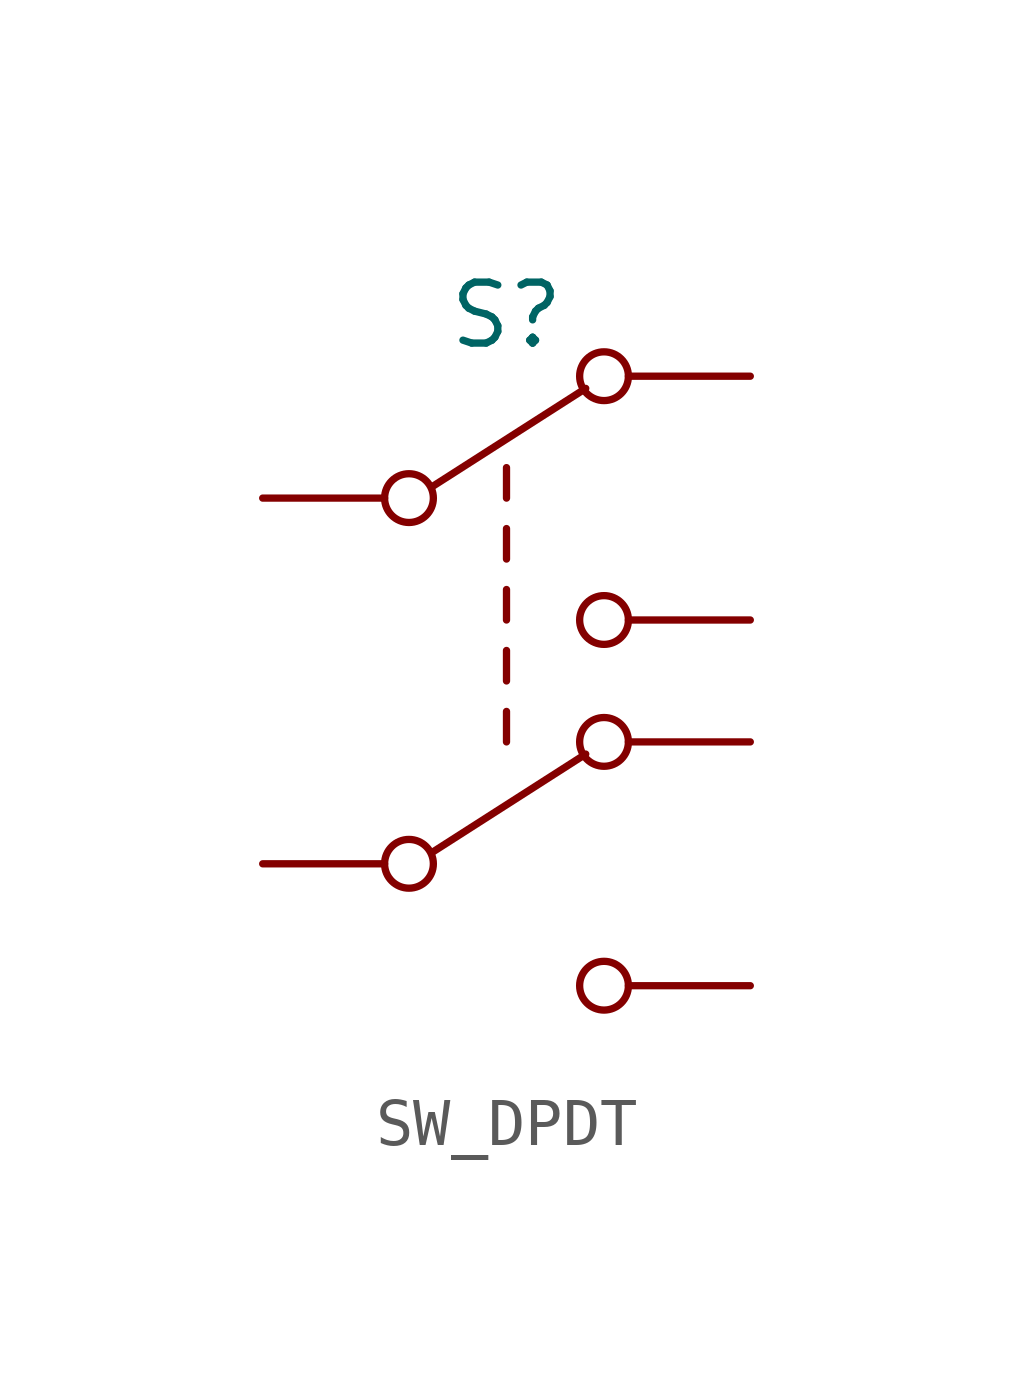
<source format=kicad_sym>
(kicad_symbol_lib
  (version 20211014)
  (generator kicad_symbol_editor)
  (symbol "SW_DPDT"
    (pin_numbers hide)
    (pin_names
      (offset 1.016) hide)
    (property "Reference" "S"
      (at 0 7.62 0)
      (effects (font (size 1.27 1.27))))
    (symbol "SW_DPDT_0_1"
      (rectangle (start 0 -0.635) (end 0 -1.27) (stroke (width 0) (type default) (color 0 0 0 0)) (fill (type none)))
      (rectangle (start 0 0.635) (end 0 0) (stroke (width 0) (type default) (color 0 0 0 0)) (fill (type none)))
      (rectangle (start 0 1.905) (end 0 1.27) (stroke (width 0) (type default) (color 0 0 0 0)) (fill (type none)))
      (rectangle (start 0 3.175) (end 0 2.54) (stroke (width 0) (type default) (color 0 0 0 0)) (fill (type none)))
      (rectangle (start 0 4.445) (end 0 3.81) (stroke (width 0) (type default) (color 0 0 0 0)) (fill (type none))))
    (symbol "SW_DPDT_1_0"
      (circle (center -2.032 -3.81) (radius 0.508) (stroke (width 0) (type default) (color 0 0 0 0)) (fill (type none)))
      (circle (center -2.032 3.81) (radius 0.508) (stroke (width 0) (type default) (color 0 0 0 0)) (fill (type none)))
      (circle (center 2.032 -6.35) (radius 0.508) (stroke (width 0) (type default) (color 0 0 0 0)) (fill (type none)))
      (circle (center 2.032 1.27) (radius 0.508) (stroke (width 0) (type default) (color 0 0 0 0)) (fill (type none))))
    (symbol "SW_DPDT_1_1"
      (polyline (pts (xy -1.524 -3.556) (xy 1.651 -1.524)) (stroke (width 0) (type default) (color 0 0 0 0)) (fill (type none)))
      (polyline (pts (xy -1.524 4.064) (xy 1.651 6.096)) (stroke (width 0) (type default) (color 0 0 0 0)) (fill (type none)))
      (circle (center 2.032 -1.27) (radius 0.508) (stroke (width 0) (type default) (color 0 0 0 0)) (fill (type none)))
      (circle (center 2.032 6.35) (radius 0.508) (stroke (width 0) (type default) (color 0 0 0 0)) (fill (type none)))
      (pin passive line (at 5.08 6.35 180) (length 2.54) (name "A" (effects (font (size 1.27 1.27)))) (number "1" (effects (font (size 1.27 1.27)))))
      (pin passive line (at -5.08 3.81 0) (length 2.54) (name "B" (effects (font (size 1.27 1.27)))) (number "2" (effects (font (size 1.27 1.27)))))
      (pin passive line (at 5.08 1.27 180) (length 2.54) (name "C" (effects (font (size 1.27 1.27)))) (number "3" (effects (font (size 1.27 1.27)))))
      (pin passive line (at 5.08 -1.27 180) (length 2.54) (name "D" (effects (font (size 1.27 1.27)))) (number "4" (effects (font (size 1.27 1.27)))))
      (pin passive line (at -5.08 -3.81 0) (length 2.54) (name "E" (effects (font (size 1.27 1.27)))) (number "5" (effects (font (size 1.27 1.27)))))
      (pin passive line (at 5.08 -6.35 180) (length 2.54) (name "F" (effects (font (size 1.27 1.27)))) (number "6" (effects (font (size 1.27 1.27))))))))
</source>
